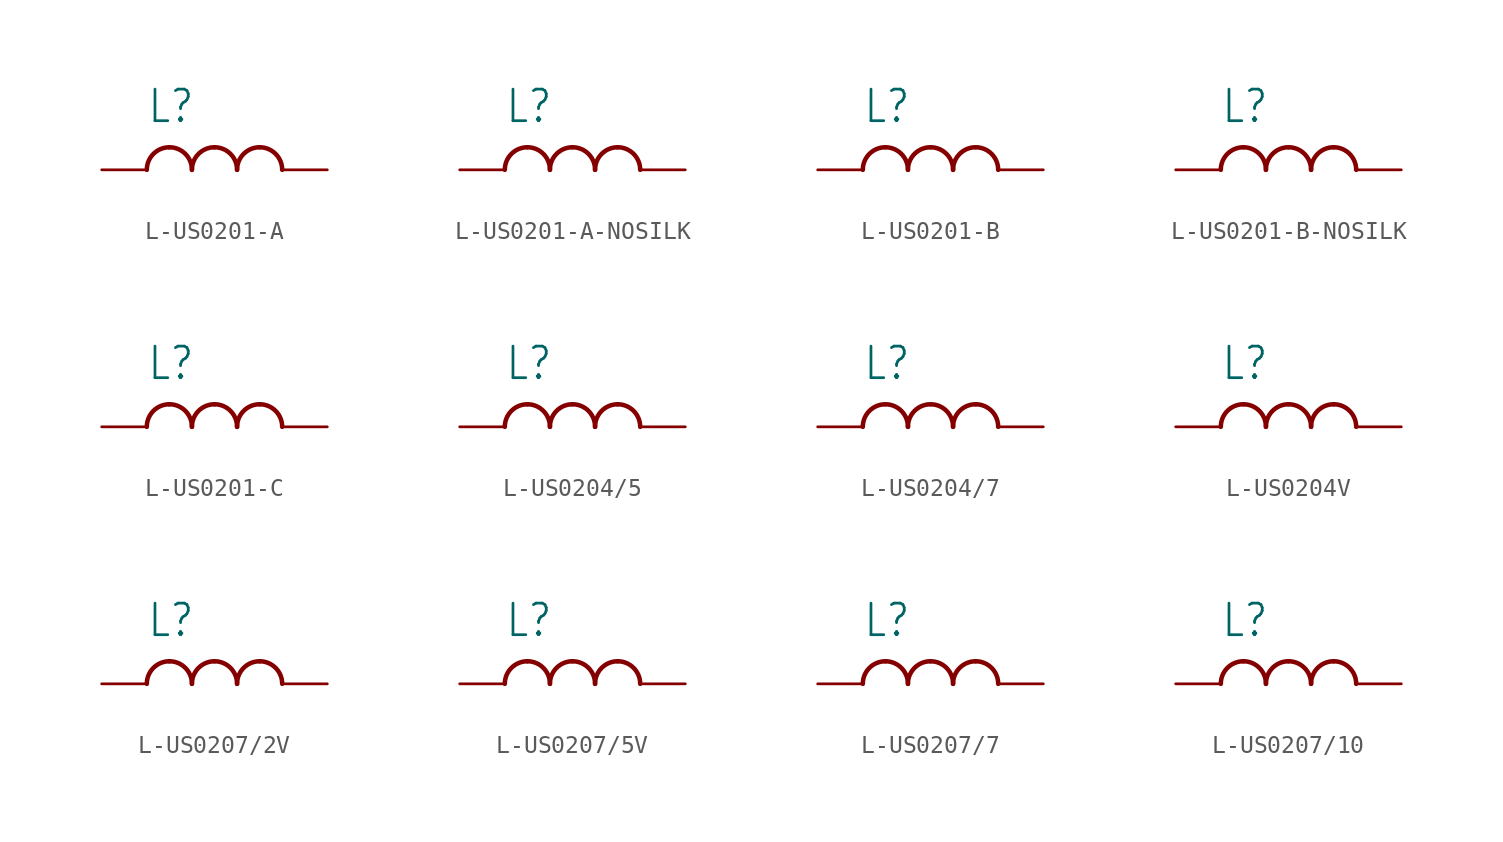
<source format=kicad_sym>
(kicad_symbol_lib
  (version 20241209)
  (generator "kicad_symbol_editor")
  (generator_version "9.0")
  (symbol "L-US0201-A"
    (property "Reference" "L"
      (at -5.08 2.54 0)
      (effects (font (size 1.778 1.511)) (justify left bottom)))
    (property "Value" ""
      (at -5.08 -1.27 0)
      (effects (font (size 1.778 1.511)) (justify left top)))
    (property "ki_locked" ""
      (at 0 0 0)
      (effects (font (size 1.27 1.27))))
    (symbol "L-US0201-A_1_0"
      (arc (start -5.08 0) (mid -4.708 0.898) (end -3.81 1.27) (stroke (width 0.254) (type solid)) (fill (type none)))
      (arc (start -3.81 1.27) (mid -2.912 0.898) (end -2.54 0) (stroke (width 0.254) (type solid)) (fill (type none)))
      (arc (start -2.54 0) (mid -2.168 0.898) (end -1.27 1.27) (stroke (width 0.254) (type solid)) (fill (type none)))
      (arc (start -1.27 1.27) (mid -0.372 0.898) (end 0 0) (stroke (width 0.254) (type solid)) (fill (type none)))
      (arc (start 0 0) (mid 0.372 0.898) (end 1.27 1.27) (stroke (width 0.254) (type solid)) (fill (type none)))
      (arc (start 1.27 1.27) (mid 2.168 0.898) (end 2.54 0) (stroke (width 0.254) (type solid)) (fill (type none)))
      (pin passive line (at -7.62 0 0) (length 2.54) (name "1" (effects (font (size 0 0)))) (number "1" (effects (font (size 0 0)))))
      (pin passive line (at 5.08 0 180) (length 2.54) (name "2" (effects (font (size 0 0)))) (number "2" (effects (font (size 0 0)))))))
  (symbol "L-US0201-A-NOSILK"
    (property "Reference" "L"
      (at -5.08 2.54 0)
      (effects (font (size 1.778 1.511)) (justify left bottom)))
    (property "Value" ""
      (at -5.08 -1.27 0)
      (effects (font (size 1.778 1.511)) (justify left top)))
    (property "ki_locked" ""
      (at 0 0 0)
      (effects (font (size 1.27 1.27))))
    (symbol "L-US0201-A-NOSILK_1_0"
      (arc (start -5.08 0) (mid -4.708 0.898) (end -3.81 1.27) (stroke (width 0.254) (type solid)) (fill (type none)))
      (arc (start -3.81 1.27) (mid -2.912 0.898) (end -2.54 0) (stroke (width 0.254) (type solid)) (fill (type none)))
      (arc (start -2.54 0) (mid -2.168 0.898) (end -1.27 1.27) (stroke (width 0.254) (type solid)) (fill (type none)))
      (arc (start -1.27 1.27) (mid -0.372 0.898) (end 0 0) (stroke (width 0.254) (type solid)) (fill (type none)))
      (arc (start 0 0) (mid 0.372 0.898) (end 1.27 1.27) (stroke (width 0.254) (type solid)) (fill (type none)))
      (arc (start 1.27 1.27) (mid 2.168 0.898) (end 2.54 0) (stroke (width 0.254) (type solid)) (fill (type none)))
      (pin passive line (at -7.62 0 0) (length 2.54) (name "1" (effects (font (size 0 0)))) (number "1" (effects (font (size 0 0)))))
      (pin passive line (at 5.08 0 180) (length 2.54) (name "2" (effects (font (size 0 0)))) (number "2" (effects (font (size 0 0)))))))
  (symbol "L-US0201-B"
    (property "Reference" "L"
      (at -5.08 2.54 0)
      (effects (font (size 1.778 1.511)) (justify left bottom)))
    (property "Value" ""
      (at -5.08 -1.27 0)
      (effects (font (size 1.778 1.511)) (justify left top)))
    (property "ki_locked" ""
      (at 0 0 0)
      (effects (font (size 1.27 1.27))))
    (symbol "L-US0201-B_1_0"
      (arc (start -5.08 0) (mid -4.708 0.898) (end -3.81 1.27) (stroke (width 0.254) (type solid)) (fill (type none)))
      (arc (start -3.81 1.27) (mid -2.912 0.898) (end -2.54 0) (stroke (width 0.254) (type solid)) (fill (type none)))
      (arc (start -2.54 0) (mid -2.168 0.898) (end -1.27 1.27) (stroke (width 0.254) (type solid)) (fill (type none)))
      (arc (start -1.27 1.27) (mid -0.372 0.898) (end 0 0) (stroke (width 0.254) (type solid)) (fill (type none)))
      (arc (start 0 0) (mid 0.372 0.898) (end 1.27 1.27) (stroke (width 0.254) (type solid)) (fill (type none)))
      (arc (start 1.27 1.27) (mid 2.168 0.898) (end 2.54 0) (stroke (width 0.254) (type solid)) (fill (type none)))
      (pin passive line (at -7.62 0 0) (length 2.54) (name "1" (effects (font (size 0 0)))) (number "1" (effects (font (size 0 0)))))
      (pin passive line (at 5.08 0 180) (length 2.54) (name "2" (effects (font (size 0 0)))) (number "2" (effects (font (size 0 0)))))))
  (symbol "L-US0201-B-NOSILK"
    (property "Reference" "L"
      (at -5.08 2.54 0)
      (effects (font (size 1.778 1.511)) (justify left bottom)))
    (property "Value" ""
      (at -5.08 -1.27 0)
      (effects (font (size 1.778 1.511)) (justify left top)))
    (property "ki_locked" ""
      (at 0 0 0)
      (effects (font (size 1.27 1.27))))
    (symbol "L-US0201-B-NOSILK_1_0"
      (arc (start -5.08 0) (mid -4.708 0.898) (end -3.81 1.27) (stroke (width 0.254) (type solid)) (fill (type none)))
      (arc (start -3.81 1.27) (mid -2.912 0.898) (end -2.54 0) (stroke (width 0.254) (type solid)) (fill (type none)))
      (arc (start -2.54 0) (mid -2.168 0.898) (end -1.27 1.27) (stroke (width 0.254) (type solid)) (fill (type none)))
      (arc (start -1.27 1.27) (mid -0.372 0.898) (end 0 0) (stroke (width 0.254) (type solid)) (fill (type none)))
      (arc (start 0 0) (mid 0.372 0.898) (end 1.27 1.27) (stroke (width 0.254) (type solid)) (fill (type none)))
      (arc (start 1.27 1.27) (mid 2.168 0.898) (end 2.54 0) (stroke (width 0.254) (type solid)) (fill (type none)))
      (pin passive line (at -7.62 0 0) (length 2.54) (name "1" (effects (font (size 0 0)))) (number "1" (effects (font (size 0 0)))))
      (pin passive line (at 5.08 0 180) (length 2.54) (name "2" (effects (font (size 0 0)))) (number "2" (effects (font (size 0 0)))))))
  (symbol "L-US0201-C"
    (property "Reference" "L"
      (at -5.08 2.54 0)
      (effects (font (size 1.778 1.511)) (justify left bottom)))
    (property "Value" ""
      (at -5.08 -1.27 0)
      (effects (font (size 1.778 1.511)) (justify left top)))
    (property "ki_locked" ""
      (at 0 0 0)
      (effects (font (size 1.27 1.27))))
    (symbol "L-US0201-C_1_0"
      (arc (start -5.08 0) (mid -4.708 0.898) (end -3.81 1.27) (stroke (width 0.254) (type solid)) (fill (type none)))
      (arc (start -3.81 1.27) (mid -2.912 0.898) (end -2.54 0) (stroke (width 0.254) (type solid)) (fill (type none)))
      (arc (start -2.54 0) (mid -2.168 0.898) (end -1.27 1.27) (stroke (width 0.254) (type solid)) (fill (type none)))
      (arc (start -1.27 1.27) (mid -0.372 0.898) (end 0 0) (stroke (width 0.254) (type solid)) (fill (type none)))
      (arc (start 0 0) (mid 0.372 0.898) (end 1.27 1.27) (stroke (width 0.254) (type solid)) (fill (type none)))
      (arc (start 1.27 1.27) (mid 2.168 0.898) (end 2.54 0) (stroke (width 0.254) (type solid)) (fill (type none)))
      (pin passive line (at -7.62 0 0) (length 2.54) (name "1" (effects (font (size 0 0)))) (number "1" (effects (font (size 0 0)))))
      (pin passive line (at 5.08 0 180) (length 2.54) (name "2" (effects (font (size 0 0)))) (number "2" (effects (font (size 0 0)))))))
  (symbol "L-US0204/5"
    (property "Reference" "L"
      (at -5.08 2.54 0)
      (effects (font (size 1.778 1.511)) (justify left bottom)))
    (property "Value" ""
      (at -5.08 -1.27 0)
      (effects (font (size 1.778 1.511)) (justify left top)))
    (property "ki_locked" ""
      (at 0 0 0)
      (effects (font (size 1.27 1.27))))
    (symbol "L-US0204/5_1_0"
      (arc (start -5.08 0) (mid -4.708 0.898) (end -3.81 1.27) (stroke (width 0.254) (type solid)) (fill (type none)))
      (arc (start -3.81 1.27) (mid -2.912 0.898) (end -2.54 0) (stroke (width 0.254) (type solid)) (fill (type none)))
      (arc (start -2.54 0) (mid -2.168 0.898) (end -1.27 1.27) (stroke (width 0.254) (type solid)) (fill (type none)))
      (arc (start -1.27 1.27) (mid -0.372 0.898) (end 0 0) (stroke (width 0.254) (type solid)) (fill (type none)))
      (arc (start 0 0) (mid 0.372 0.898) (end 1.27 1.27) (stroke (width 0.254) (type solid)) (fill (type none)))
      (arc (start 1.27 1.27) (mid 2.168 0.898) (end 2.54 0) (stroke (width 0.254) (type solid)) (fill (type none)))
      (pin passive line (at -7.62 0 0) (length 2.54) (name "1" (effects (font (size 0 0)))) (number "1" (effects (font (size 0 0)))))
      (pin passive line (at 5.08 0 180) (length 2.54) (name "2" (effects (font (size 0 0)))) (number "2" (effects (font (size 0 0)))))))
  (symbol "L-US0204/7"
    (property "Reference" "L"
      (at -5.08 2.54 0)
      (effects (font (size 1.778 1.511)) (justify left bottom)))
    (property "Value" ""
      (at -5.08 -1.27 0)
      (effects (font (size 1.778 1.511)) (justify left top)))
    (property "ki_locked" ""
      (at 0 0 0)
      (effects (font (size 1.27 1.27))))
    (symbol "L-US0204/7_1_0"
      (arc (start -5.08 0) (mid -4.708 0.898) (end -3.81 1.27) (stroke (width 0.254) (type solid)) (fill (type none)))
      (arc (start -3.81 1.27) (mid -2.912 0.898) (end -2.54 0) (stroke (width 0.254) (type solid)) (fill (type none)))
      (arc (start -2.54 0) (mid -2.168 0.898) (end -1.27 1.27) (stroke (width 0.254) (type solid)) (fill (type none)))
      (arc (start -1.27 1.27) (mid -0.372 0.898) (end 0 0) (stroke (width 0.254) (type solid)) (fill (type none)))
      (arc (start 0 0) (mid 0.372 0.898) (end 1.27 1.27) (stroke (width 0.254) (type solid)) (fill (type none)))
      (arc (start 1.27 1.27) (mid 2.168 0.898) (end 2.54 0) (stroke (width 0.254) (type solid)) (fill (type none)))
      (pin passive line (at -7.62 0 0) (length 2.54) (name "1" (effects (font (size 0 0)))) (number "1" (effects (font (size 0 0)))))
      (pin passive line (at 5.08 0 180) (length 2.54) (name "2" (effects (font (size 0 0)))) (number "2" (effects (font (size 0 0)))))))
  (symbol "L-US0204V"
    (property "Reference" "L"
      (at -5.08 2.54 0)
      (effects (font (size 1.778 1.511)) (justify left bottom)))
    (property "Value" ""
      (at -5.08 -1.27 0)
      (effects (font (size 1.778 1.511)) (justify left top)))
    (property "ki_locked" ""
      (at 0 0 0)
      (effects (font (size 1.27 1.27))))
    (symbol "L-US0204V_1_0"
      (arc (start -5.08 0) (mid -4.708 0.898) (end -3.81 1.27) (stroke (width 0.254) (type solid)) (fill (type none)))
      (arc (start -3.81 1.27) (mid -2.912 0.898) (end -2.54 0) (stroke (width 0.254) (type solid)) (fill (type none)))
      (arc (start -2.54 0) (mid -2.168 0.898) (end -1.27 1.27) (stroke (width 0.254) (type solid)) (fill (type none)))
      (arc (start -1.27 1.27) (mid -0.372 0.898) (end 0 0) (stroke (width 0.254) (type solid)) (fill (type none)))
      (arc (start 0 0) (mid 0.372 0.898) (end 1.27 1.27) (stroke (width 0.254) (type solid)) (fill (type none)))
      (arc (start 1.27 1.27) (mid 2.168 0.898) (end 2.54 0) (stroke (width 0.254) (type solid)) (fill (type none)))
      (pin passive line (at -7.62 0 0) (length 2.54) (name "1" (effects (font (size 0 0)))) (number "1" (effects (font (size 0 0)))))
      (pin passive line (at 5.08 0 180) (length 2.54) (name "2" (effects (font (size 0 0)))) (number "2" (effects (font (size 0 0)))))))
  (symbol "L-US0207/2V"
    (property "Reference" "L"
      (at -5.08 2.54 0)
      (effects (font (size 1.778 1.511)) (justify left bottom)))
    (property "Value" ""
      (at -5.08 -1.27 0)
      (effects (font (size 1.778 1.511)) (justify left top)))
    (property "ki_locked" ""
      (at 0 0 0)
      (effects (font (size 1.27 1.27))))
    (symbol "L-US0207/2V_1_0"
      (arc (start -5.08 0) (mid -4.708 0.898) (end -3.81 1.27) (stroke (width 0.254) (type solid)) (fill (type none)))
      (arc (start -3.81 1.27) (mid -2.912 0.898) (end -2.54 0) (stroke (width 0.254) (type solid)) (fill (type none)))
      (arc (start -2.54 0) (mid -2.168 0.898) (end -1.27 1.27) (stroke (width 0.254) (type solid)) (fill (type none)))
      (arc (start -1.27 1.27) (mid -0.372 0.898) (end 0 0) (stroke (width 0.254) (type solid)) (fill (type none)))
      (arc (start 0 0) (mid 0.372 0.898) (end 1.27 1.27) (stroke (width 0.254) (type solid)) (fill (type none)))
      (arc (start 1.27 1.27) (mid 2.168 0.898) (end 2.54 0) (stroke (width 0.254) (type solid)) (fill (type none)))
      (pin passive line (at -7.62 0 0) (length 2.54) (name "1" (effects (font (size 0 0)))) (number "1" (effects (font (size 0 0)))))
      (pin passive line (at 5.08 0 180) (length 2.54) (name "2" (effects (font (size 0 0)))) (number "2" (effects (font (size 0 0)))))))
  (symbol "L-US0207/5V"
    (property "Reference" "L"
      (at -5.08 2.54 0)
      (effects (font (size 1.778 1.511)) (justify left bottom)))
    (property "Value" ""
      (at -5.08 -1.27 0)
      (effects (font (size 1.778 1.511)) (justify left top)))
    (property "ki_locked" ""
      (at 0 0 0)
      (effects (font (size 1.27 1.27))))
    (symbol "L-US0207/5V_1_0"
      (arc (start -5.08 0) (mid -4.708 0.898) (end -3.81 1.27) (stroke (width 0.254) (type solid)) (fill (type none)))
      (arc (start -3.81 1.27) (mid -2.912 0.898) (end -2.54 0) (stroke (width 0.254) (type solid)) (fill (type none)))
      (arc (start -2.54 0) (mid -2.168 0.898) (end -1.27 1.27) (stroke (width 0.254) (type solid)) (fill (type none)))
      (arc (start -1.27 1.27) (mid -0.372 0.898) (end 0 0) (stroke (width 0.254) (type solid)) (fill (type none)))
      (arc (start 0 0) (mid 0.372 0.898) (end 1.27 1.27) (stroke (width 0.254) (type solid)) (fill (type none)))
      (arc (start 1.27 1.27) (mid 2.168 0.898) (end 2.54 0) (stroke (width 0.254) (type solid)) (fill (type none)))
      (pin passive line (at -7.62 0 0) (length 2.54) (name "1" (effects (font (size 0 0)))) (number "1" (effects (font (size 0 0)))))
      (pin passive line (at 5.08 0 180) (length 2.54) (name "2" (effects (font (size 0 0)))) (number "2" (effects (font (size 0 0)))))))
  (symbol "L-US0207/7"
    (property "Reference" "L"
      (at -5.08 2.54 0)
      (effects (font (size 1.778 1.511)) (justify left bottom)))
    (property "Value" ""
      (at -5.08 -1.27 0)
      (effects (font (size 1.778 1.511)) (justify left top)))
    (property "ki_locked" ""
      (at 0 0 0)
      (effects (font (size 1.27 1.27))))
    (symbol "L-US0207/7_1_0"
      (arc (start -5.08 0) (mid -4.708 0.898) (end -3.81 1.27) (stroke (width 0.254) (type solid)) (fill (type none)))
      (arc (start -3.81 1.27) (mid -2.912 0.898) (end -2.54 0) (stroke (width 0.254) (type solid)) (fill (type none)))
      (arc (start -2.54 0) (mid -2.168 0.898) (end -1.27 1.27) (stroke (width 0.254) (type solid)) (fill (type none)))
      (arc (start -1.27 1.27) (mid -0.372 0.898) (end 0 0) (stroke (width 0.254) (type solid)) (fill (type none)))
      (arc (start 0 0) (mid 0.372 0.898) (end 1.27 1.27) (stroke (width 0.254) (type solid)) (fill (type none)))
      (arc (start 1.27 1.27) (mid 2.168 0.898) (end 2.54 0) (stroke (width 0.254) (type solid)) (fill (type none)))
      (pin passive line (at -7.62 0 0) (length 2.54) (name "1" (effects (font (size 0 0)))) (number "1" (effects (font (size 0 0)))))
      (pin passive line (at 5.08 0 180) (length 2.54) (name "2" (effects (font (size 0 0)))) (number "2" (effects (font (size 0 0)))))))
  (symbol "L-US0207/10"
    (property "Reference" "L"
      (at -5.08 2.54 0)
      (effects (font (size 1.778 1.511)) (justify left bottom)))
    (property "Value" ""
      (at -5.08 -1.27 0)
      (effects (font (size 1.778 1.511)) (justify left top)))
    (property "ki_locked" ""
      (at 0 0 0)
      (effects (font (size 1.27 1.27))))
    (symbol "L-US0207/10_1_0"
      (arc (start -5.08 0) (mid -4.708 0.898) (end -3.81 1.27) (stroke (width 0.254) (type solid)) (fill (type none)))
      (arc (start -3.81 1.27) (mid -2.912 0.898) (end -2.54 0) (stroke (width 0.254) (type solid)) (fill (type none)))
      (arc (start -2.54 0) (mid -2.168 0.898) (end -1.27 1.27) (stroke (width 0.254) (type solid)) (fill (type none)))
      (arc (start -1.27 1.27) (mid -0.372 0.898) (end 0 0) (stroke (width 0.254) (type solid)) (fill (type none)))
      (arc (start 0 0) (mid 0.372 0.898) (end 1.27 1.27) (stroke (width 0.254) (type solid)) (fill (type none)))
      (arc (start 1.27 1.27) (mid 2.168 0.898) (end 2.54 0) (stroke (width 0.254) (type solid)) (fill (type none)))
      (pin passive line (at -7.62 0 0) (length 2.54) (name "1" (effects (font (size 0 0)))) (number "1" (effects (font (size 0 0)))))
      (pin passive line (at 5.08 0 180) (length 2.54) (name "2" (effects (font (size 0 0)))) (number "2" (effects (font (size 0 0))))))))
</source>
